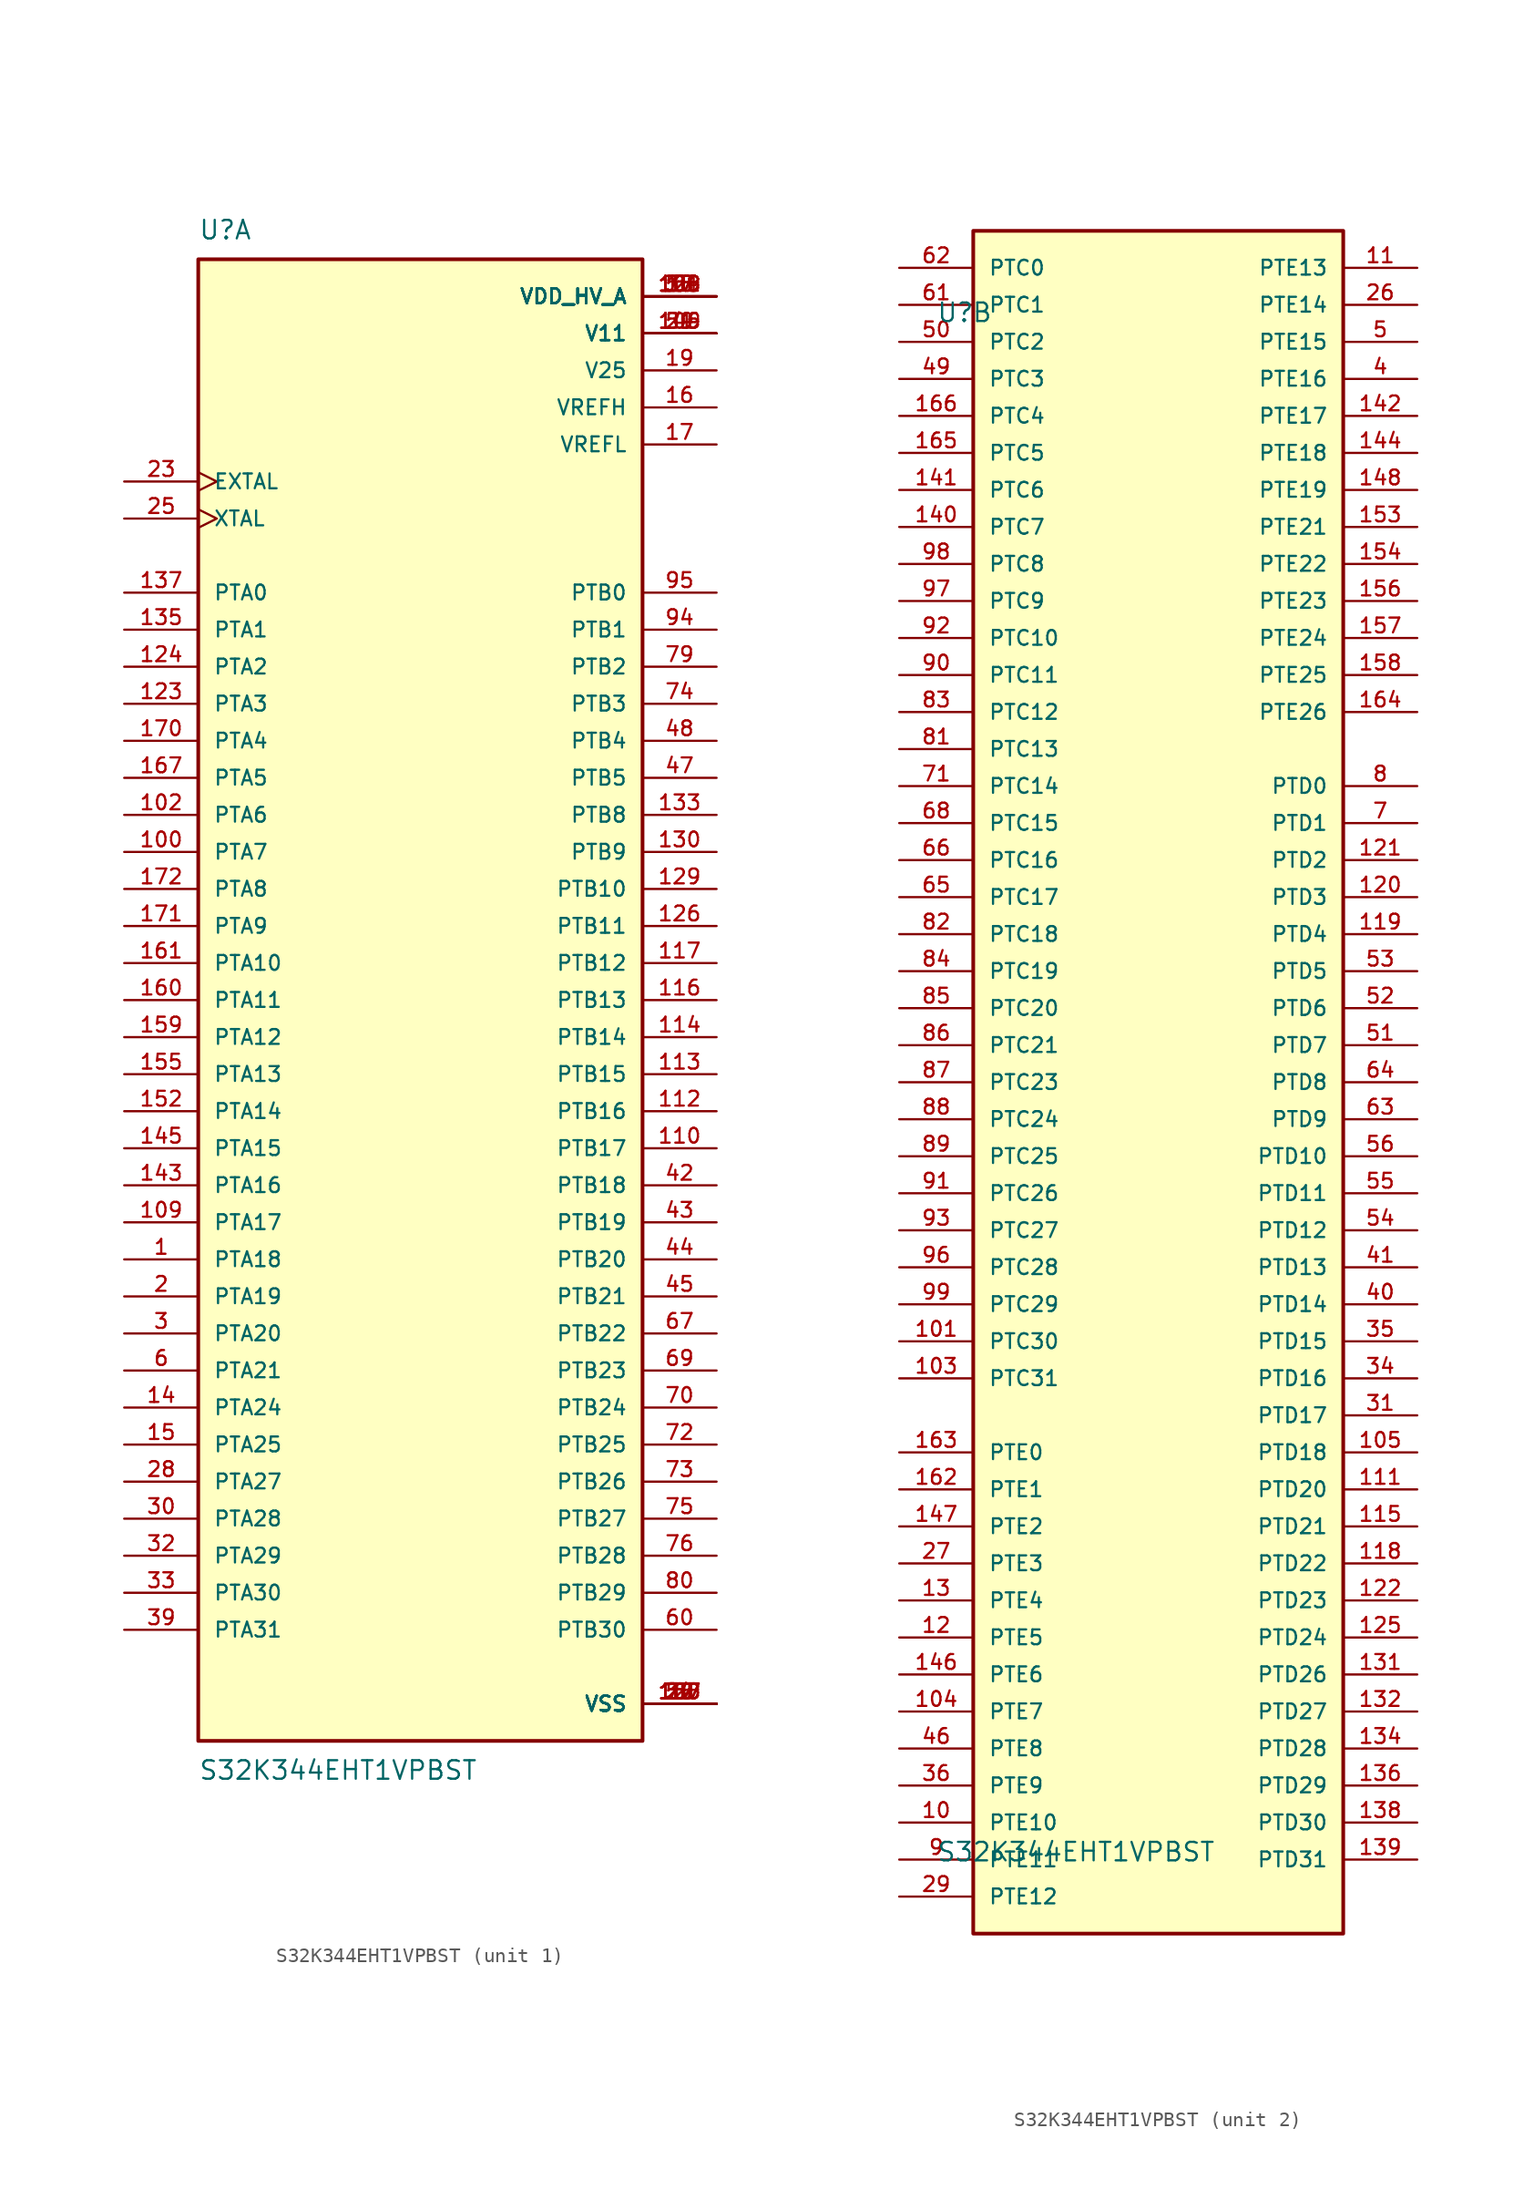
<source format=kicad_sym>
(kicad_symbol_lib
  (version 20211014)
  (generator kicad_symbol_editor)
  (symbol "S32K344EHT1VPBST"
    (pin_names
      (offset 1.016))
    (property "Reference" "U"
      (at -15.24 52.07 0)
      (effects (font (size 1.27 1.27)) (justify bottom left)))
    (property "Value" "S32K344EHT1VPBST"
      (at -15.24 -52.07 0)
      (effects (font (size 1.27 1.27)) (justify top left)))
    (symbol "S32K344EHT1VPBST_1_0"
      (rectangle (start -15.24 -50.8) (end 15.24 50.8) (stroke (width 0.254)) (fill (type background)))
      (pin power_in line (at 20.32 45.72 180.0) (length 5.08) (name "V11" (effects (font (size 1.016 1.016)))) (number "21" (effects (font (size 1.016 1.016)))))
      (pin power_in line (at 20.32 45.72 180.0) (length 5.08) (name "V11" (effects (font (size 1.016 1.016)))) (number "59" (effects (font (size 1.016 1.016)))))
      (pin power_in line (at 20.32 45.72 180.0) (length 5.08) (name "V11" (effects (font (size 1.016 1.016)))) (number "106" (effects (font (size 1.016 1.016)))))
      (pin power_in line (at 20.32 45.72 180.0) (length 5.08) (name "V11" (effects (font (size 1.016 1.016)))) (number "149" (effects (font (size 1.016 1.016)))))
      (pin power_in line (at 20.32 43.18 180.0) (length 5.08) (name "V25" (effects (font (size 1.016 1.016)))) (number "19" (effects (font (size 1.016 1.016)))))
      (pin power_in line (at 20.32 48.26 180.0) (length 5.08) (name "VDD_HV_A" (effects (font (size 1.016 1.016)))) (number "18" (effects (font (size 1.016 1.016)))))
      (pin power_in line (at 20.32 48.26 180.0) (length 5.08) (name "VDD_HV_A" (effects (font (size 1.016 1.016)))) (number "38" (effects (font (size 1.016 1.016)))))
      (pin power_in line (at 20.32 48.26 180.0) (length 5.08) (name "VDD_HV_A" (effects (font (size 1.016 1.016)))) (number "57" (effects (font (size 1.016 1.016)))))
      (pin power_in line (at 20.32 48.26 180.0) (length 5.08) (name "VDD_HV_A" (effects (font (size 1.016 1.016)))) (number "77" (effects (font (size 1.016 1.016)))))
      (pin power_in line (at 20.32 48.26 180.0) (length 5.08) (name "VDD_HV_A" (effects (font (size 1.016 1.016)))) (number "108" (effects (font (size 1.016 1.016)))))
      (pin power_in line (at 20.32 48.26 180.0) (length 5.08) (name "VDD_HV_A" (effects (font (size 1.016 1.016)))) (number "128" (effects (font (size 1.016 1.016)))))
      (pin power_in line (at 20.32 48.26 180.0) (length 5.08) (name "VDD_HV_A" (effects (font (size 1.016 1.016)))) (number "151" (effects (font (size 1.016 1.016)))))
      (pin power_in line (at 20.32 48.26 180.0) (length 5.08) (name "VDD_HV_A" (effects (font (size 1.016 1.016)))) (number "169" (effects (font (size 1.016 1.016)))))
      (pin power_in line (at 20.32 40.64 180.0) (length 5.08) (name "VREFH" (effects (font (size 1.016 1.016)))) (number "16" (effects (font (size 1.016 1.016)))))
      (pin power_in line (at 20.32 38.1 180.0) (length 5.08) (name "VREFL" (effects (font (size 1.016 1.016)))) (number "17" (effects (font (size 1.016 1.016)))))
      (pin input clock (at -20.32 35.56 0) (length 5.08) (name "EXTAL" (effects (font (size 1.016 1.016)))) (number "23" (effects (font (size 1.016 1.016)))))
      (pin input line (at -20.32 -27.94 0) (length 5.08) (name "PTA24" (effects (font (size 1.016 1.016)))) (number "14" (effects (font (size 1.016 1.016)))))
      (pin input line (at -20.32 -30.48 0) (length 5.08) (name "PTA25" (effects (font (size 1.016 1.016)))) (number "15" (effects (font (size 1.016 1.016)))))
      (pin bidirectional line (at -20.32 27.94 0) (length 5.08) (name "PTA0" (effects (font (size 1.016 1.016)))) (number "137" (effects (font (size 1.016 1.016)))))
      (pin bidirectional line (at -20.32 25.4 0) (length 5.08) (name "PTA1" (effects (font (size 1.016 1.016)))) (number "135" (effects (font (size 1.016 1.016)))))
      (pin bidirectional line (at -20.32 2.54 0) (length 5.08) (name "PTA10" (effects (font (size 1.016 1.016)))) (number "161" (effects (font (size 1.016 1.016)))))
      (pin bidirectional line (at -20.32 0.0 0) (length 5.08) (name "PTA11" (effects (font (size 1.016 1.016)))) (number "160" (effects (font (size 1.016 1.016)))))
      (pin bidirectional line (at -20.32 -2.54 0) (length 5.08) (name "PTA12" (effects (font (size 1.016 1.016)))) (number "159" (effects (font (size 1.016 1.016)))))
      (pin bidirectional line (at -20.32 -5.08 0) (length 5.08) (name "PTA13" (effects (font (size 1.016 1.016)))) (number "155" (effects (font (size 1.016 1.016)))))
      (pin bidirectional line (at -20.32 -7.62 0) (length 5.08) (name "PTA14" (effects (font (size 1.016 1.016)))) (number "152" (effects (font (size 1.016 1.016)))))
      (pin bidirectional line (at -20.32 -10.16 0) (length 5.08) (name "PTA15" (effects (font (size 1.016 1.016)))) (number "145" (effects (font (size 1.016 1.016)))))
      (pin bidirectional line (at -20.32 -12.7 0) (length 5.08) (name "PTA16" (effects (font (size 1.016 1.016)))) (number "143" (effects (font (size 1.016 1.016)))))
      (pin bidirectional line (at -20.32 -15.24 0) (length 5.08) (name "PTA17" (effects (font (size 1.016 1.016)))) (number "109" (effects (font (size 1.016 1.016)))))
      (pin bidirectional line (at -20.32 -17.78 0) (length 5.08) (name "PTA18" (effects (font (size 1.016 1.016)))) (number "1" (effects (font (size 1.016 1.016)))))
      (pin bidirectional line (at -20.32 -20.32 0) (length 5.08) (name "PTA19" (effects (font (size 1.016 1.016)))) (number "2" (effects (font (size 1.016 1.016)))))
      (pin bidirectional line (at -20.32 22.86 0) (length 5.08) (name "PTA2" (effects (font (size 1.016 1.016)))) (number "124" (effects (font (size 1.016 1.016)))))
      (pin bidirectional line (at -20.32 -22.86 0) (length 5.08) (name "PTA20" (effects (font (size 1.016 1.016)))) (number "3" (effects (font (size 1.016 1.016)))))
      (pin bidirectional line (at -20.32 -25.4 0) (length 5.08) (name "PTA21" (effects (font (size 1.016 1.016)))) (number "6" (effects (font (size 1.016 1.016)))))
      (pin bidirectional line (at -20.32 -33.02 0) (length 5.08) (name "PTA27" (effects (font (size 1.016 1.016)))) (number "28" (effects (font (size 1.016 1.016)))))
      (pin bidirectional line (at -20.32 -35.56 0) (length 5.08) (name "PTA28" (effects (font (size 1.016 1.016)))) (number "30" (effects (font (size 1.016 1.016)))))
      (pin bidirectional line (at -20.32 -38.1 0) (length 5.08) (name "PTA29" (effects (font (size 1.016 1.016)))) (number "32" (effects (font (size 1.016 1.016)))))
      (pin bidirectional line (at -20.32 20.32 0) (length 5.08) (name "PTA3" (effects (font (size 1.016 1.016)))) (number "123" (effects (font (size 1.016 1.016)))))
      (pin bidirectional line (at -20.32 -40.64 0) (length 5.08) (name "PTA30" (effects (font (size 1.016 1.016)))) (number "33" (effects (font (size 1.016 1.016)))))
      (pin bidirectional line (at -20.32 -43.18 0) (length 5.08) (name "PTA31" (effects (font (size 1.016 1.016)))) (number "39" (effects (font (size 1.016 1.016)))))
      (pin bidirectional line (at -20.32 17.78 0) (length 5.08) (name "PTA4" (effects (font (size 1.016 1.016)))) (number "170" (effects (font (size 1.016 1.016)))))
      (pin bidirectional line (at -20.32 15.24 0) (length 5.08) (name "PTA5" (effects (font (size 1.016 1.016)))) (number "167" (effects (font (size 1.016 1.016)))))
      (pin bidirectional line (at -20.32 12.7 0) (length 5.08) (name "PTA6" (effects (font (size 1.016 1.016)))) (number "102" (effects (font (size 1.016 1.016)))))
      (pin bidirectional line (at -20.32 10.16 0) (length 5.08) (name "PTA7" (effects (font (size 1.016 1.016)))) (number "100" (effects (font (size 1.016 1.016)))))
      (pin bidirectional line (at -20.32 7.62 0) (length 5.08) (name "PTA8" (effects (font (size 1.016 1.016)))) (number "172" (effects (font (size 1.016 1.016)))))
      (pin bidirectional line (at -20.32 5.08 0) (length 5.08) (name "PTA9" (effects (font (size 1.016 1.016)))) (number "171" (effects (font (size 1.016 1.016)))))
      (pin bidirectional line (at 20.32 27.94 180.0) (length 5.08) (name "PTB0" (effects (font (size 1.016 1.016)))) (number "95" (effects (font (size 1.016 1.016)))))
      (pin output clock (at -20.32 33.02 0) (length 5.08) (name "XTAL" (effects (font (size 1.016 1.016)))) (number "25" (effects (font (size 1.016 1.016)))))
      (pin bidirectional line (at 20.32 25.4 180.0) (length 5.08) (name "PTB1" (effects (font (size 1.016 1.016)))) (number "94" (effects (font (size 1.016 1.016)))))
      (pin bidirectional line (at 20.32 7.62 180.0) (length 5.08) (name "PTB10" (effects (font (size 1.016 1.016)))) (number "129" (effects (font (size 1.016 1.016)))))
      (pin bidirectional line (at 20.32 5.08 180.0) (length 5.08) (name "PTB11" (effects (font (size 1.016 1.016)))) (number "126" (effects (font (size 1.016 1.016)))))
      (pin bidirectional line (at 20.32 2.54 180.0) (length 5.08) (name "PTB12" (effects (font (size 1.016 1.016)))) (number "117" (effects (font (size 1.016 1.016)))))
      (pin bidirectional line (at 20.32 0.0 180.0) (length 5.08) (name "PTB13" (effects (font (size 1.016 1.016)))) (number "116" (effects (font (size 1.016 1.016)))))
      (pin bidirectional line (at 20.32 -2.54 180.0) (length 5.08) (name "PTB14" (effects (font (size 1.016 1.016)))) (number "114" (effects (font (size 1.016 1.016)))))
      (pin bidirectional line (at 20.32 -5.08 180.0) (length 5.08) (name "PTB15" (effects (font (size 1.016 1.016)))) (number "113" (effects (font (size 1.016 1.016)))))
      (pin bidirectional line (at 20.32 -7.62 180.0) (length 5.08) (name "PTB16" (effects (font (size 1.016 1.016)))) (number "112" (effects (font (size 1.016 1.016)))))
      (pin bidirectional line (at 20.32 -10.16 180.0) (length 5.08) (name "PTB17" (effects (font (size 1.016 1.016)))) (number "110" (effects (font (size 1.016 1.016)))))
      (pin bidirectional line (at 20.32 -12.7 180.0) (length 5.08) (name "PTB18" (effects (font (size 1.016 1.016)))) (number "42" (effects (font (size 1.016 1.016)))))
      (pin bidirectional line (at 20.32 -15.24 180.0) (length 5.08) (name "PTB19" (effects (font (size 1.016 1.016)))) (number "43" (effects (font (size 1.016 1.016)))))
      (pin bidirectional line (at 20.32 22.86 180.0) (length 5.08) (name "PTB2" (effects (font (size 1.016 1.016)))) (number "79" (effects (font (size 1.016 1.016)))))
      (pin bidirectional line (at 20.32 -17.78 180.0) (length 5.08) (name "PTB20" (effects (font (size 1.016 1.016)))) (number "44" (effects (font (size 1.016 1.016)))))
      (pin bidirectional line (at 20.32 -20.32 180.0) (length 5.08) (name "PTB21" (effects (font (size 1.016 1.016)))) (number "45" (effects (font (size 1.016 1.016)))))
      (pin bidirectional line (at 20.32 -22.86 180.0) (length 5.08) (name "PTB22" (effects (font (size 1.016 1.016)))) (number "67" (effects (font (size 1.016 1.016)))))
      (pin bidirectional line (at 20.32 -25.4 180.0) (length 5.08) (name "PTB23" (effects (font (size 1.016 1.016)))) (number "69" (effects (font (size 1.016 1.016)))))
      (pin bidirectional line (at 20.32 -27.94 180.0) (length 5.08) (name "PTB24" (effects (font (size 1.016 1.016)))) (number "70" (effects (font (size 1.016 1.016)))))
      (pin bidirectional line (at 20.32 -30.48 180.0) (length 5.08) (name "PTB25" (effects (font (size 1.016 1.016)))) (number "72" (effects (font (size 1.016 1.016)))))
      (pin bidirectional line (at 20.32 -33.02 180.0) (length 5.08) (name "PTB26" (effects (font (size 1.016 1.016)))) (number "73" (effects (font (size 1.016 1.016)))))
      (pin bidirectional line (at 20.32 -35.56 180.0) (length 5.08) (name "PTB27" (effects (font (size 1.016 1.016)))) (number "75" (effects (font (size 1.016 1.016)))))
      (pin bidirectional line (at 20.32 -38.1 180.0) (length 5.08) (name "PTB28" (effects (font (size 1.016 1.016)))) (number "76" (effects (font (size 1.016 1.016)))))
      (pin bidirectional line (at 20.32 -40.64 180.0) (length 5.08) (name "PTB29" (effects (font (size 1.016 1.016)))) (number "80" (effects (font (size 1.016 1.016)))))
      (pin bidirectional line (at 20.32 20.32 180.0) (length 5.08) (name "PTB3" (effects (font (size 1.016 1.016)))) (number "74" (effects (font (size 1.016 1.016)))))
      (pin bidirectional line (at 20.32 -43.18 180.0) (length 5.08) (name "PTB30" (effects (font (size 1.016 1.016)))) (number "60" (effects (font (size 1.016 1.016)))))
      (pin bidirectional line (at 20.32 17.78 180.0) (length 5.08) (name "PTB4" (effects (font (size 1.016 1.016)))) (number "48" (effects (font (size 1.016 1.016)))))
      (pin bidirectional line (at 20.32 15.24 180.0) (length 5.08) (name "PTB5" (effects (font (size 1.016 1.016)))) (number "47" (effects (font (size 1.016 1.016)))))
      (pin bidirectional line (at 20.32 12.7 180.0) (length 5.08) (name "PTB8" (effects (font (size 1.016 1.016)))) (number "133" (effects (font (size 1.016 1.016)))))
      (pin bidirectional line (at 20.32 10.16 180.0) (length 5.08) (name "PTB9" (effects (font (size 1.016 1.016)))) (number "130" (effects (font (size 1.016 1.016)))))
      (pin power_in line (at 20.32 -48.26 180.0) (length 5.08) (name "VSS" (effects (font (size 1.016 1.016)))) (number "20" (effects (font (size 1.016 1.016)))))
      (pin power_in line (at 20.32 -48.26 180.0) (length 5.08) (name "VSS" (effects (font (size 1.016 1.016)))) (number "22" (effects (font (size 1.016 1.016)))))
      (pin power_in line (at 20.32 -48.26 180.0) (length 5.08) (name "VSS" (effects (font (size 1.016 1.016)))) (number "24" (effects (font (size 1.016 1.016)))))
      (pin power_in line (at 20.32 -48.26 180.0) (length 5.08) (name "VSS" (effects (font (size 1.016 1.016)))) (number "37" (effects (font (size 1.016 1.016)))))
      (pin power_in line (at 20.32 -48.26 180.0) (length 5.08) (name "VSS" (effects (font (size 1.016 1.016)))) (number "58" (effects (font (size 1.016 1.016)))))
      (pin power_in line (at 20.32 -48.26 180.0) (length 5.08) (name "VSS" (effects (font (size 1.016 1.016)))) (number "78" (effects (font (size 1.016 1.016)))))
      (pin power_in line (at 20.32 -48.26 180.0) (length 5.08) (name "VSS" (effects (font (size 1.016 1.016)))) (number "107" (effects (font (size 1.016 1.016)))))
      (pin power_in line (at 20.32 -48.26 180.0) (length 5.08) (name "VSS" (effects (font (size 1.016 1.016)))) (number "127" (effects (font (size 1.016 1.016)))))
      (pin power_in line (at 20.32 -48.26 180.0) (length 5.08) (name "VSS" (effects (font (size 1.016 1.016)))) (number "150" (effects (font (size 1.016 1.016)))))
      (pin power_in line (at 20.32 -48.26 180.0) (length 5.08) (name "VSS" (effects (font (size 1.016 1.016)))) (number "168" (effects (font (size 1.016 1.016))))))
    (symbol "S32K344EHT1VPBST_2_0"
      (rectangle (start -12.7 -58.42) (end 12.7 58.42) (stroke (width 0.254)) (fill (type background)))
      (pin bidirectional line (at -17.78 55.88 0) (length 5.08) (name "PTC0" (effects (font (size 1.016 1.016)))) (number "62" (effects (font (size 1.016 1.016)))))
      (pin bidirectional line (at -17.78 53.34 0) (length 5.08) (name "PTC1" (effects (font (size 1.016 1.016)))) (number "61" (effects (font (size 1.016 1.016)))))
      (pin bidirectional line (at -17.78 30.48 0) (length 5.08) (name "PTC10" (effects (font (size 1.016 1.016)))) (number "92" (effects (font (size 1.016 1.016)))))
      (pin bidirectional line (at -17.78 27.94 0) (length 5.08) (name "PTC11" (effects (font (size 1.016 1.016)))) (number "90" (effects (font (size 1.016 1.016)))))
      (pin bidirectional line (at -17.78 25.4 0) (length 5.08) (name "PTC12" (effects (font (size 1.016 1.016)))) (number "83" (effects (font (size 1.016 1.016)))))
      (pin bidirectional line (at -17.78 22.86 0) (length 5.08) (name "PTC13" (effects (font (size 1.016 1.016)))) (number "81" (effects (font (size 1.016 1.016)))))
      (pin bidirectional line (at -17.78 20.32 0) (length 5.08) (name "PTC14" (effects (font (size 1.016 1.016)))) (number "71" (effects (font (size 1.016 1.016)))))
      (pin bidirectional line (at -17.78 17.78 0) (length 5.08) (name "PTC15" (effects (font (size 1.016 1.016)))) (number "68" (effects (font (size 1.016 1.016)))))
      (pin bidirectional line (at -17.78 15.24 0) (length 5.08) (name "PTC16" (effects (font (size 1.016 1.016)))) (number "66" (effects (font (size 1.016 1.016)))))
      (pin bidirectional line (at -17.78 12.7 0) (length 5.08) (name "PTC17" (effects (font (size 1.016 1.016)))) (number "65" (effects (font (size 1.016 1.016)))))
      (pin bidirectional line (at -17.78 10.16 0) (length 5.08) (name "PTC18" (effects (font (size 1.016 1.016)))) (number "82" (effects (font (size 1.016 1.016)))))
      (pin bidirectional line (at -17.78 7.62 0) (length 5.08) (name "PTC19" (effects (font (size 1.016 1.016)))) (number "84" (effects (font (size 1.016 1.016)))))
      (pin bidirectional line (at -17.78 50.8 0) (length 5.08) (name "PTC2" (effects (font (size 1.016 1.016)))) (number "50" (effects (font (size 1.016 1.016)))))
      (pin bidirectional line (at -17.78 5.08 0) (length 5.08) (name "PTC20" (effects (font (size 1.016 1.016)))) (number "85" (effects (font (size 1.016 1.016)))))
      (pin bidirectional line (at -17.78 2.54 0) (length 5.08) (name "PTC21" (effects (font (size 1.016 1.016)))) (number "86" (effects (font (size 1.016 1.016)))))
      (pin bidirectional line (at -17.78 0.0 0) (length 5.08) (name "PTC23" (effects (font (size 1.016 1.016)))) (number "87" (effects (font (size 1.016 1.016)))))
      (pin bidirectional line (at -17.78 -2.54 0) (length 5.08) (name "PTC24" (effects (font (size 1.016 1.016)))) (number "88" (effects (font (size 1.016 1.016)))))
      (pin bidirectional line (at -17.78 -5.08 0) (length 5.08) (name "PTC25" (effects (font (size 1.016 1.016)))) (number "89" (effects (font (size 1.016 1.016)))))
      (pin bidirectional line (at -17.78 -7.62 0) (length 5.08) (name "PTC26" (effects (font (size 1.016 1.016)))) (number "91" (effects (font (size 1.016 1.016)))))
      (pin bidirectional line (at -17.78 -10.16 0) (length 5.08) (name "PTC27" (effects (font (size 1.016 1.016)))) (number "93" (effects (font (size 1.016 1.016)))))
      (pin bidirectional line (at -17.78 -12.7 0) (length 5.08) (name "PTC28" (effects (font (size 1.016 1.016)))) (number "96" (effects (font (size 1.016 1.016)))))
      (pin bidirectional line (at -17.78 -15.24 0) (length 5.08) (name "PTC29" (effects (font (size 1.016 1.016)))) (number "99" (effects (font (size 1.016 1.016)))))
      (pin bidirectional line (at -17.78 48.26 0) (length 5.08) (name "PTC3" (effects (font (size 1.016 1.016)))) (number "49" (effects (font (size 1.016 1.016)))))
      (pin bidirectional line (at -17.78 -17.78 0) (length 5.08) (name "PTC30" (effects (font (size 1.016 1.016)))) (number "101" (effects (font (size 1.016 1.016)))))
      (pin bidirectional line (at -17.78 -20.32 0) (length 5.08) (name "PTC31" (effects (font (size 1.016 1.016)))) (number "103" (effects (font (size 1.016 1.016)))))
      (pin bidirectional line (at -17.78 45.72 0) (length 5.08) (name "PTC4" (effects (font (size 1.016 1.016)))) (number "166" (effects (font (size 1.016 1.016)))))
      (pin bidirectional line (at -17.78 43.18 0) (length 5.08) (name "PTC5" (effects (font (size 1.016 1.016)))) (number "165" (effects (font (size 1.016 1.016)))))
      (pin bidirectional line (at -17.78 40.64 0) (length 5.08) (name "PTC6" (effects (font (size 1.016 1.016)))) (number "141" (effects (font (size 1.016 1.016)))))
      (pin bidirectional line (at -17.78 38.1 0) (length 5.08) (name "PTC7" (effects (font (size 1.016 1.016)))) (number "140" (effects (font (size 1.016 1.016)))))
      (pin bidirectional line (at -17.78 35.56 0) (length 5.08) (name "PTC8" (effects (font (size 1.016 1.016)))) (number "98" (effects (font (size 1.016 1.016)))))
      (pin bidirectional line (at -17.78 33.02 0) (length 5.08) (name "PTC9" (effects (font (size 1.016 1.016)))) (number "97" (effects (font (size 1.016 1.016)))))
      (pin bidirectional line (at 17.78 20.32 180.0) (length 5.08) (name "PTD0" (effects (font (size 1.016 1.016)))) (number "8" (effects (font (size 1.016 1.016)))))
      (pin bidirectional line (at 17.78 17.78 180.0) (length 5.08) (name "PTD1" (effects (font (size 1.016 1.016)))) (number "7" (effects (font (size 1.016 1.016)))))
      (pin bidirectional line (at 17.78 -5.08 180.0) (length 5.08) (name "PTD10" (effects (font (size 1.016 1.016)))) (number "56" (effects (font (size 1.016 1.016)))))
      (pin bidirectional line (at 17.78 -7.62 180.0) (length 5.08) (name "PTD11" (effects (font (size 1.016 1.016)))) (number "55" (effects (font (size 1.016 1.016)))))
      (pin bidirectional line (at 17.78 -10.16 180.0) (length 5.08) (name "PTD12" (effects (font (size 1.016 1.016)))) (number "54" (effects (font (size 1.016 1.016)))))
      (pin bidirectional line (at 17.78 -12.7 180.0) (length 5.08) (name "PTD13" (effects (font (size 1.016 1.016)))) (number "41" (effects (font (size 1.016 1.016)))))
      (pin bidirectional line (at 17.78 -15.24 180.0) (length 5.08) (name "PTD14" (effects (font (size 1.016 1.016)))) (number "40" (effects (font (size 1.016 1.016)))))
      (pin bidirectional line (at 17.78 -17.78 180.0) (length 5.08) (name "PTD15" (effects (font (size 1.016 1.016)))) (number "35" (effects (font (size 1.016 1.016)))))
      (pin bidirectional line (at 17.78 -20.32 180.0) (length 5.08) (name "PTD16" (effects (font (size 1.016 1.016)))) (number "34" (effects (font (size 1.016 1.016)))))
      (pin bidirectional line (at 17.78 -22.86 180.0) (length 5.08) (name "PTD17" (effects (font (size 1.016 1.016)))) (number "31" (effects (font (size 1.016 1.016)))))
      (pin bidirectional line (at 17.78 -25.4 180.0) (length 5.08) (name "PTD18" (effects (font (size 1.016 1.016)))) (number "105" (effects (font (size 1.016 1.016)))))
      (pin bidirectional line (at 17.78 15.24 180.0) (length 5.08) (name "PTD2" (effects (font (size 1.016 1.016)))) (number "121" (effects (font (size 1.016 1.016)))))
      (pin bidirectional line (at 17.78 -27.94 180.0) (length 5.08) (name "PTD20" (effects (font (size 1.016 1.016)))) (number "111" (effects (font (size 1.016 1.016)))))
      (pin bidirectional line (at 17.78 -30.48 180.0) (length 5.08) (name "PTD21" (effects (font (size 1.016 1.016)))) (number "115" (effects (font (size 1.016 1.016)))))
      (pin bidirectional line (at 17.78 -33.02 180.0) (length 5.08) (name "PTD22" (effects (font (size 1.016 1.016)))) (number "118" (effects (font (size 1.016 1.016)))))
      (pin bidirectional line (at 17.78 -35.56 180.0) (length 5.08) (name "PTD23" (effects (font (size 1.016 1.016)))) (number "122" (effects (font (size 1.016 1.016)))))
      (pin bidirectional line (at 17.78 -38.1 180.0) (length 5.08) (name "PTD24" (effects (font (size 1.016 1.016)))) (number "125" (effects (font (size 1.016 1.016)))))
      (pin bidirectional line (at 17.78 -40.64 180.0) (length 5.08) (name "PTD26" (effects (font (size 1.016 1.016)))) (number "131" (effects (font (size 1.016 1.016)))))
      (pin bidirectional line (at 17.78 -43.18 180.0) (length 5.08) (name "PTD27" (effects (font (size 1.016 1.016)))) (number "132" (effects (font (size 1.016 1.016)))))
      (pin bidirectional line (at 17.78 -45.72 180.0) (length 5.08) (name "PTD28" (effects (font (size 1.016 1.016)))) (number "134" (effects (font (size 1.016 1.016)))))
      (pin bidirectional line (at 17.78 -48.26 180.0) (length 5.08) (name "PTD29" (effects (font (size 1.016 1.016)))) (number "136" (effects (font (size 1.016 1.016)))))
      (pin bidirectional line (at 17.78 12.7 180.0) (length 5.08) (name "PTD3" (effects (font (size 1.016 1.016)))) (number "120" (effects (font (size 1.016 1.016)))))
      (pin bidirectional line (at 17.78 -50.8 180.0) (length 5.08) (name "PTD30" (effects (font (size 1.016 1.016)))) (number "138" (effects (font (size 1.016 1.016)))))
      (pin bidirectional line (at 17.78 -53.34 180.0) (length 5.08) (name "PTD31" (effects (font (size 1.016 1.016)))) (number "139" (effects (font (size 1.016 1.016)))))
      (pin bidirectional line (at 17.78 10.16 180.0) (length 5.08) (name "PTD4" (effects (font (size 1.016 1.016)))) (number "119" (effects (font (size 1.016 1.016)))))
      (pin bidirectional line (at 17.78 7.62 180.0) (length 5.08) (name "PTD5" (effects (font (size 1.016 1.016)))) (number "53" (effects (font (size 1.016 1.016)))))
      (pin bidirectional line (at 17.78 5.08 180.0) (length 5.08) (name "PTD6" (effects (font (size 1.016 1.016)))) (number "52" (effects (font (size 1.016 1.016)))))
      (pin bidirectional line (at 17.78 2.54 180.0) (length 5.08) (name "PTD7" (effects (font (size 1.016 1.016)))) (number "51" (effects (font (size 1.016 1.016)))))
      (pin bidirectional line (at 17.78 0.0 180.0) (length 5.08) (name "PTD8" (effects (font (size 1.016 1.016)))) (number "64" (effects (font (size 1.016 1.016)))))
      (pin bidirectional line (at 17.78 -2.54 180.0) (length 5.08) (name "PTD9" (effects (font (size 1.016 1.016)))) (number "63" (effects (font (size 1.016 1.016)))))
      (pin bidirectional line (at -17.78 -25.4 0) (length 5.08) (name "PTE0" (effects (font (size 1.016 1.016)))) (number "163" (effects (font (size 1.016 1.016)))))
      (pin bidirectional line (at -17.78 -27.94 0) (length 5.08) (name "PTE1" (effects (font (size 1.016 1.016)))) (number "162" (effects (font (size 1.016 1.016)))))
      (pin bidirectional line (at -17.78 -50.8 0) (length 5.08) (name "PTE10" (effects (font (size 1.016 1.016)))) (number "10" (effects (font (size 1.016 1.016)))))
      (pin bidirectional line (at -17.78 -53.34 0) (length 5.08) (name "PTE11" (effects (font (size 1.016 1.016)))) (number "9" (effects (font (size 1.016 1.016)))))
      (pin bidirectional line (at -17.78 -55.88 0) (length 5.08) (name "PTE12" (effects (font (size 1.016 1.016)))) (number "29" (effects (font (size 1.016 1.016)))))
      (pin bidirectional line (at 17.78 55.88 180.0) (length 5.08) (name "PTE13" (effects (font (size 1.016 1.016)))) (number "11" (effects (font (size 1.016 1.016)))))
      (pin bidirectional line (at 17.78 53.34 180.0) (length 5.08) (name "PTE14" (effects (font (size 1.016 1.016)))) (number "26" (effects (font (size 1.016 1.016)))))
      (pin bidirectional line (at 17.78 50.8 180.0) (length 5.08) (name "PTE15" (effects (font (size 1.016 1.016)))) (number "5" (effects (font (size 1.016 1.016)))))
      (pin bidirectional line (at 17.78 48.26 180.0) (length 5.08) (name "PTE16" (effects (font (size 1.016 1.016)))) (number "4" (effects (font (size 1.016 1.016)))))
      (pin bidirectional line (at 17.78 45.72 180.0) (length 5.08) (name "PTE17" (effects (font (size 1.016 1.016)))) (number "142" (effects (font (size 1.016 1.016)))))
      (pin bidirectional line (at 17.78 43.18 180.0) (length 5.08) (name "PTE18" (effects (font (size 1.016 1.016)))) (number "144" (effects (font (size 1.016 1.016)))))
      (pin bidirectional line (at 17.78 40.64 180.0) (length 5.08) (name "PTE19" (effects (font (size 1.016 1.016)))) (number "148" (effects (font (size 1.016 1.016)))))
      (pin bidirectional line (at -17.78 -30.48 0) (length 5.08) (name "PTE2" (effects (font (size 1.016 1.016)))) (number "147" (effects (font (size 1.016 1.016)))))
      (pin bidirectional line (at 17.78 38.1 180.0) (length 5.08) (name "PTE21" (effects (font (size 1.016 1.016)))) (number "153" (effects (font (size 1.016 1.016)))))
      (pin bidirectional line (at 17.78 35.56 180.0) (length 5.08) (name "PTE22" (effects (font (size 1.016 1.016)))) (number "154" (effects (font (size 1.016 1.016)))))
      (pin bidirectional line (at 17.78 33.02 180.0) (length 5.08) (name "PTE23" (effects (font (size 1.016 1.016)))) (number "156" (effects (font (size 1.016 1.016)))))
      (pin bidirectional line (at 17.78 30.48 180.0) (length 5.08) (name "PTE24" (effects (font (size 1.016 1.016)))) (number "157" (effects (font (size 1.016 1.016)))))
      (pin bidirectional line (at 17.78 27.94 180.0) (length 5.08) (name "PTE25" (effects (font (size 1.016 1.016)))) (number "158" (effects (font (size 1.016 1.016)))))
      (pin bidirectional line (at 17.78 25.4 180.0) (length 5.08) (name "PTE26" (effects (font (size 1.016 1.016)))) (number "164" (effects (font (size 1.016 1.016)))))
      (pin bidirectional line (at -17.78 -33.02 0) (length 5.08) (name "PTE3" (effects (font (size 1.016 1.016)))) (number "27" (effects (font (size 1.016 1.016)))))
      (pin bidirectional line (at -17.78 -35.56 0) (length 5.08) (name "PTE4" (effects (font (size 1.016 1.016)))) (number "13" (effects (font (size 1.016 1.016)))))
      (pin bidirectional line (at -17.78 -38.1 0) (length 5.08) (name "PTE5" (effects (font (size 1.016 1.016)))) (number "12" (effects (font (size 1.016 1.016)))))
      (pin bidirectional line (at -17.78 -40.64 0) (length 5.08) (name "PTE6" (effects (font (size 1.016 1.016)))) (number "146" (effects (font (size 1.016 1.016)))))
      (pin bidirectional line (at -17.78 -43.18 0) (length 5.08) (name "PTE7" (effects (font (size 1.016 1.016)))) (number "104" (effects (font (size 1.016 1.016)))))
      (pin bidirectional line (at -17.78 -45.72 0) (length 5.08) (name "PTE8" (effects (font (size 1.016 1.016)))) (number "46" (effects (font (size 1.016 1.016)))))
      (pin bidirectional line (at -17.78 -48.26 0) (length 5.08) (name "PTE9" (effects (font (size 1.016 1.016)))) (number "36" (effects (font (size 1.016 1.016))))))))
</source>
